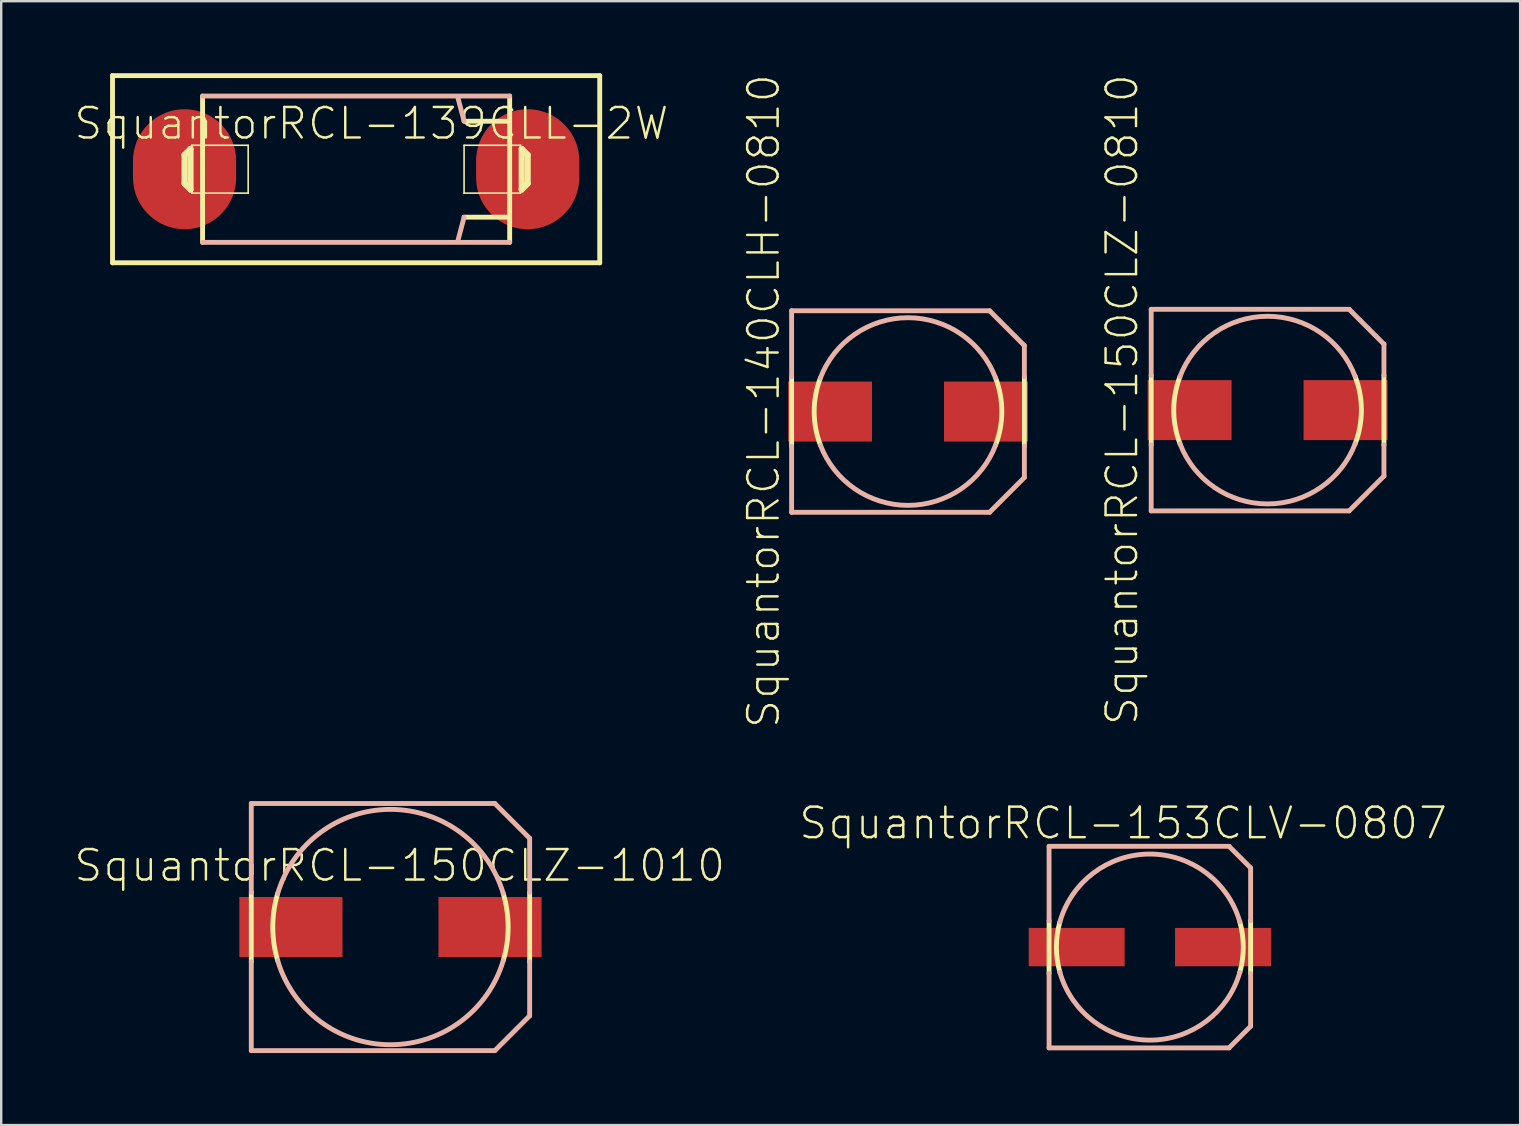
<source format=kicad_pcb>
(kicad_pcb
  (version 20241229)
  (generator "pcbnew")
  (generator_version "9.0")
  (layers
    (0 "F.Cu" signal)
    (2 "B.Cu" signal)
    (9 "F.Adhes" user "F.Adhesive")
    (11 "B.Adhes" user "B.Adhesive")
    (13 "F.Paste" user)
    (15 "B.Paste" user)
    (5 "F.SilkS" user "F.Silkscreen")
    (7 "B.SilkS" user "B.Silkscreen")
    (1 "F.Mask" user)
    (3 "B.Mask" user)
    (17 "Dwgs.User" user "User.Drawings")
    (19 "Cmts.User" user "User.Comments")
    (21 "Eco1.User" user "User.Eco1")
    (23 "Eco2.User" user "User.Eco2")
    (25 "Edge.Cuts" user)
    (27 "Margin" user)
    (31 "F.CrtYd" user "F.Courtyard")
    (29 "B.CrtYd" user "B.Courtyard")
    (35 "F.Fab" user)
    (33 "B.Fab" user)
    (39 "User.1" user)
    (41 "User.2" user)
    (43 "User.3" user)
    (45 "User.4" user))
  (footprint "SquantorRCL-140CLH-0810"
    (layer "F.Cu")
    (at 34.782 14.097)
    (property "Reference" "SquantorRCL-140CLH-0810" (at -6.015 -0.434 90) (layer "F.SilkS") (effects (font (size 1.27 1.27) (thickness 0.102))))
    (attr smd)
    (fp_line (start -4.849 1.448) (end -4.849 -1.448) (stroke (width 0.203) (type solid)) (layer "F.SilkS"))
    (fp_line (start 4.849 -1.448) (end 4.849 1.448) (stroke (width 0.203) (type solid)) (layer "F.SilkS"))
    (fp_arc (start -3.64998 1.39954) (mid -3.9091 0.001959) (end -3.651381 -1.395882) (stroke (width 0.2032) (type solid)) (layer "F.SilkS"))
    (fp_arc (start 3.64998 -1.39954) (mid 3.9091 -0.001959) (end 3.651381 1.395882) (stroke (width 0.2032) (type solid)) (layer "F.SilkS"))
    (fp_line (start -4.849 -4.199) (end 3.399 -4.199) (stroke (width 0.203) (type solid)) (layer "B.SilkS"))
    (fp_line (start -4.849 -1.448) (end -4.849 -4.199) (stroke (width 0.203) (type solid)) (layer "B.SilkS"))
    (fp_line (start -4.849 4.199) (end -4.849 1.448) (stroke (width 0.203) (type solid)) (layer "B.SilkS"))
    (fp_line (start 3.399 4.199) (end -4.849 4.199) (stroke (width 0.203) (type solid)) (layer "B.SilkS"))
    (fp_line (start 4.849 -2.748) (end 3.399 -4.199) (stroke (width 0.203) (type solid)) (layer "B.SilkS"))
    (fp_line (start 4.849 -2.748) (end 4.849 -1.448) (stroke (width 0.203) (type solid)) (layer "B.SilkS"))
    (fp_line (start 4.849 1.448) (end 4.849 2.748) (stroke (width 0.203) (type solid)) (layer "B.SilkS"))
    (fp_line (start 4.849 2.748) (end 3.399 4.199) (stroke (width 0.203) (type solid)) (layer "B.SilkS"))
    (fp_arc (start -3.64998 -1.39954) (mid -0.001452 -3.9091) (end 3.648939 -1.402252) (stroke (width 0.2032) (type solid)) (layer "B.SilkS"))
    (fp_arc (start 3.64998 1.39954) (mid 0.001452 3.9091) (end -3.648939 1.402252) (stroke (width 0.2032) (type solid)) (layer "B.SilkS"))
    (pad "+" smd rect (at 3.249 0) (size 3.498 2.499) (layers "F.Cu" "F.Mask" "F.Paste"))
    (pad "-" smd rect (at -3.249 0) (size 3.498 2.499) (layers "F.Cu" "F.Mask" "F.Paste")))
  (footprint "SquantorRCL-153CLV-0807"
    (layer "F.Cu")
    (at 44.859 36.411)
    (property "Reference" "SquantorRCL-153CLV-0807" (at -1.113 -5.164 0) (layer "F.SilkS") (effects (font (size 1.27 1.27) (thickness 0.102))))
    (attr smd)
    (fp_line (start -4.199 1.1) (end -4.199 -1.1) (stroke (width 0.203) (type solid)) (layer "F.SilkS"))
    (fp_line (start 4.199 -1.1) (end 4.199 1.1) (stroke (width 0.203) (type solid)) (layer "F.SilkS"))
    (fp_arc (start -3.74904 1.04902) (mid -3.893037 0.002186) (end -3.750216 -1.04481) (stroke (width 0.2032) (type solid)) (layer "F.SilkS"))
    (fp_arc (start 3.74904 -1.04902) (mid 3.893037 -0.002186) (end 3.750216 1.04481) (stroke (width 0.2032) (type solid)) (layer "F.SilkS"))
    (fp_line (start -4.199 -4.199) (end 3.299 -4.199) (stroke (width 0.203) (type solid)) (layer "B.SilkS"))
    (fp_line (start -4.199 -1.1) (end -4.199 -4.199) (stroke (width 0.203) (type solid)) (layer "B.SilkS"))
    (fp_line (start -4.199 4.199) (end -4.199 1.1) (stroke (width 0.203) (type solid)) (layer "B.SilkS"))
    (fp_line (start 3.299 -4.199) (end 4.199 -3.299) (stroke (width 0.203) (type solid)) (layer "B.SilkS"))
    (fp_line (start 3.299 4.199) (end -4.199 4.199) (stroke (width 0.203) (type solid)) (layer "B.SilkS"))
    (fp_line (start 4.199 -3.299) (end 4.199 -1.1) (stroke (width 0.203) (type solid)) (layer "B.SilkS"))
    (fp_line (start 4.199 1.1) (end 4.199 3.299) (stroke (width 0.203) (type solid)) (layer "B.SilkS"))
    (fp_line (start 4.199 3.299) (end 3.299 4.199) (stroke (width 0.203) (type solid)) (layer "B.SilkS"))
    (fp_arc (start -3.74904 -1.04902) (mid -0.003018 -3.876399) (end 3.747376 -1.054823) (stroke (width 0.2032) (type solid)) (layer "B.SilkS"))
    (fp_arc (start 3.74904 1.04902) (mid 0.003018 3.876399) (end -3.747376 1.054823) (stroke (width 0.2032) (type solid)) (layer "B.SilkS"))
    (pad "+" smd rect (at 3.048 0) (size 3.998 1.598) (layers "F.Cu" "F.Mask" "F.Paste"))
    (pad "-" smd rect (at -3.048 0) (size 3.998 1.598) (layers "F.Cu" "F.Mask" "F.Paste")))
  (footprint "SquantorRCL-139CLL-2W"
    (layer "F.Cu")
    (at 11.788 4)
    (property "Reference" "SquantorRCL-139CLL-2W" (at 0.635 -1.905 0) (layer "F.SilkS") (effects (font (size 1.27 1.27) (thickness 0.102))))
    (attr smd)
    (fp_line (start -10.15 -3.899) (end -10.15 3.899) (stroke (width 0.203) (type solid)) (layer "F.SilkS"))
    (fp_line (start -10.15 3.899) (end 10.15 3.899) (stroke (width 0.203) (type solid)) (layer "F.SilkS"))
    (fp_line (start -7.148 -0.599) (end -6.899 -0.848) (stroke (width 0.254) (type solid)) (layer "F.SilkS"))
    (fp_line (start -7.148 0.599) (end -7.148 -0.599) (stroke (width 0.254) (type solid)) (layer "F.SilkS"))
    (fp_line (start -6.899 -0.848) (end -6.899 0.848) (stroke (width 0.254) (type solid)) (layer "F.SilkS"))
    (fp_line (start -6.899 0.848) (end -7.148 0.599) (stroke (width 0.254) (type solid)) (layer "F.SilkS"))
    (fp_line (start -6.848 -0.998) (end -4.498 -0.998) (stroke (width 0.066) (type solid)) (layer "F.SilkS"))
    (fp_line (start -6.848 0.998) (end -6.848 -0.998) (stroke (width 0.066) (type solid)) (layer "F.SilkS"))
    (fp_line (start -6.848 0.998) (end -4.498 0.998) (stroke (width 0.066) (type solid)) (layer "F.SilkS"))
    (fp_line (start -6.398 3.048) (end -6.398 -3.048) (stroke (width 0.203) (type solid)) (layer "F.SilkS"))
    (fp_line (start -4.498 0.998) (end -4.498 -0.998) (stroke (width 0.066) (type solid)) (layer "F.SilkS"))
    (fp_line (start 4.498 -0.998) (end 6.848 -0.998) (stroke (width 0.066) (type solid)) (layer "F.SilkS"))
    (fp_line (start 4.498 0.998) (end 4.498 -0.998) (stroke (width 0.066) (type solid)) (layer "F.SilkS"))
    (fp_line (start 4.498 0.998) (end 6.848 0.998) (stroke (width 0.066) (type solid)) (layer "F.SilkS"))
    (fp_line (start 6.35 -1.999) (end 4.498 -1.999) (stroke (width 0.203) (type solid)) (layer "F.SilkS"))
    (fp_line (start 6.35 1.999) (end 4.498 1.999) (stroke (width 0.203) (type solid)) (layer "F.SilkS"))
    (fp_line (start 6.398 -3.048) (end 6.398 3.048) (stroke (width 0.203) (type solid)) (layer "F.SilkS"))
    (fp_line (start 6.848 0.998) (end 6.848 -0.998) (stroke (width 0.066) (type solid)) (layer "F.SilkS"))
    (fp_line (start 6.899 -0.848) (end 7.148 -0.599) (stroke (width 0.254) (type solid)) (layer "F.SilkS"))
    (fp_line (start 6.899 0.848) (end 6.899 -0.848) (stroke (width 0.254) (type solid)) (layer "F.SilkS"))
    (fp_line (start 7.148 -0.599) (end 7.148 0.599) (stroke (width 0.254) (type solid)) (layer "F.SilkS"))
    (fp_line (start 7.148 0.599) (end 6.899 0.848) (stroke (width 0.254) (type solid)) (layer "F.SilkS"))
    (fp_line (start 10.15 -3.899) (end -10.15 -3.899) (stroke (width 0.203) (type solid)) (layer "F.SilkS"))
    (fp_line (start 10.15 3.899) (end 10.15 -3.899) (stroke (width 0.203) (type solid)) (layer "F.SilkS"))
    (fp_line (start -6.398 -3.048) (end 6.398 -3.048) (stroke (width 0.203) (type solid)) (layer "B.SilkS"))
    (fp_line (start 4.498 -1.999) (end 4.249 -2.949) (stroke (width 0.203) (type solid)) (layer "B.SilkS"))
    (fp_line (start 4.498 1.999) (end 4.249 2.949) (stroke (width 0.203) (type solid)) (layer "B.SilkS"))
    (fp_line (start 6.398 3.048) (end -6.398 3.048) (stroke (width 0.203) (type solid)) (layer "B.SilkS"))
    (pad "+" smd oval (at 7.148 0) (size 4.298 4.999) (layers "F.Cu" "F.Mask" "F.Paste"))
    (pad "-" smd oval (at -7.148 0) (size 4.298 4.999) (layers "F.Cu" "F.Mask" "F.Paste")))
  (footprint "SquantorRCL-150CLZ-1010"
    (layer "F.Cu")
    (at 13.219 35.576)
    (property "Reference" "SquantorRCL-150CLZ-1010" (at 0.384 -2.563 0) (layer "F.SilkS") (effects (font (size 1.27 1.27) (thickness 0.102))))
    (attr smd)
    (fp_line (start -5.799 1.448) (end -5.799 -1.448) (stroke (width 0.203) (type solid)) (layer "F.SilkS"))
    (fp_line (start 5.799 -1.448) (end 5.799 1.448) (stroke (width 0.203) (type solid)) (layer "F.SilkS"))
    (fp_arc (start -4.699 1.39954) (mid -4.902989 0.00304) (end -4.700732 -1.393712) (stroke (width 0.2032) (type solid)) (layer "F.SilkS"))
    (fp_arc (start 4.699 -1.39954) (mid 4.902989 -0.00304) (end 4.700732 1.393712) (stroke (width 0.2032) (type solid)) (layer "F.SilkS"))
    (fp_line (start -5.799 -5.149) (end 4.348 -5.149) (stroke (width 0.203) (type solid)) (layer "B.SilkS"))
    (fp_line (start -5.799 -1.448) (end -5.799 -5.149) (stroke (width 0.203) (type solid)) (layer "B.SilkS"))
    (fp_line (start -5.799 5.149) (end -5.799 1.448) (stroke (width 0.203) (type solid)) (layer "B.SilkS"))
    (fp_line (start 4.348 5.149) (end -5.799 5.149) (stroke (width 0.203) (type solid)) (layer "B.SilkS"))
    (fp_line (start 5.799 -3.698) (end 4.348 -5.149) (stroke (width 0.203) (type solid)) (layer "B.SilkS"))
    (fp_line (start 5.799 -3.698) (end 5.799 -1.448) (stroke (width 0.203) (type solid)) (layer "B.SilkS"))
    (fp_line (start 5.799 1.448) (end 5.799 3.698) (stroke (width 0.203) (type solid)) (layer "B.SilkS"))
    (fp_line (start 5.799 3.698) (end 4.348 5.149) (stroke (width 0.203) (type solid)) (layer "B.SilkS"))
    (fp_arc (start -4.699 -1.39954) (mid -0.001239 -4.90299) (end 4.698292 -1.401914) (stroke (width 0.2032) (type solid)) (layer "B.SilkS"))
    (fp_arc (start 4.699 1.39954) (mid 0.001239 4.90299) (end -4.698292 1.401914) (stroke (width 0.2032) (type solid)) (layer "B.SilkS"))
    (pad "+" smd rect (at 4.148 0) (size 4.298 2.499) (layers "F.Cu" "F.Mask" "F.Paste"))
    (pad "-" smd rect (at -4.148 0) (size 4.298 2.499) (layers "F.Cu" "F.Mask" "F.Paste")))
  (footprint "SquantorRCL-150CLZ-0810"
    (layer "F.Cu")
    (at 49.764 14.037)
    (property "Reference" "SquantorRCL-150CLZ-0810" (at -6.063 -0.434 90) (layer "F.SilkS") (effects (font (size 1.27 1.27) (thickness 0.102))))
    (attr smd)
    (fp_line (start -4.849 1.448) (end -4.849 -1.448) (stroke (width 0.203) (type solid)) (layer "F.SilkS"))
    (fp_line (start 4.849 -1.448) (end 4.849 1.448) (stroke (width 0.203) (type solid)) (layer "F.SilkS"))
    (fp_arc (start -3.64998 1.39954) (mid -3.9091 0.001959) (end -3.651381 -1.395882) (stroke (width 0.2032) (type solid)) (layer "F.SilkS"))
    (fp_arc (start 3.64998 -1.39954) (mid 3.9091 -0.001959) (end 3.651381 1.395882) (stroke (width 0.2032) (type solid)) (layer "F.SilkS"))
    (fp_line (start -4.849 -4.199) (end 3.399 -4.199) (stroke (width 0.203) (type solid)) (layer "B.SilkS"))
    (fp_line (start -4.849 -1.448) (end -4.849 -4.199) (stroke (width 0.203) (type solid)) (layer "B.SilkS"))
    (fp_line (start -4.849 4.199) (end -4.849 1.448) (stroke (width 0.203) (type solid)) (layer "B.SilkS"))
    (fp_line (start 3.399 4.199) (end -4.849 4.199) (stroke (width 0.203) (type solid)) (layer "B.SilkS"))
    (fp_line (start 4.849 -2.748) (end 3.399 -4.199) (stroke (width 0.203) (type solid)) (layer "B.SilkS"))
    (fp_line (start 4.849 -2.748) (end 4.849 -1.448) (stroke (width 0.203) (type solid)) (layer "B.SilkS"))
    (fp_line (start 4.849 1.448) (end 4.849 2.748) (stroke (width 0.203) (type solid)) (layer "B.SilkS"))
    (fp_line (start 4.849 2.748) (end 3.399 4.199) (stroke (width 0.203) (type solid)) (layer "B.SilkS"))
    (fp_arc (start -3.64998 -1.39954) (mid -0.001452 -3.9091) (end 3.648939 -1.402252) (stroke (width 0.2032) (type solid)) (layer "B.SilkS"))
    (fp_arc (start 3.64998 1.39954) (mid 0.001452 3.9091) (end -3.648939 1.402252) (stroke (width 0.2032) (type solid)) (layer "B.SilkS"))
    (pad "+" smd rect (at 3.249 0) (size 3.498 2.499) (layers "F.Cu" "F.Mask" "F.Paste"))
    (pad "-" smd rect (at -3.249 0) (size 3.498 2.499) (layers "F.Cu" "F.Mask" "F.Paste")))
  (gr_rect
    (start -3 -3)
    (end 60.288 43.826)
    (stroke (width 0.1) (type default))
    (fill no)
    (layer "Edge.Cuts")))
</source>
